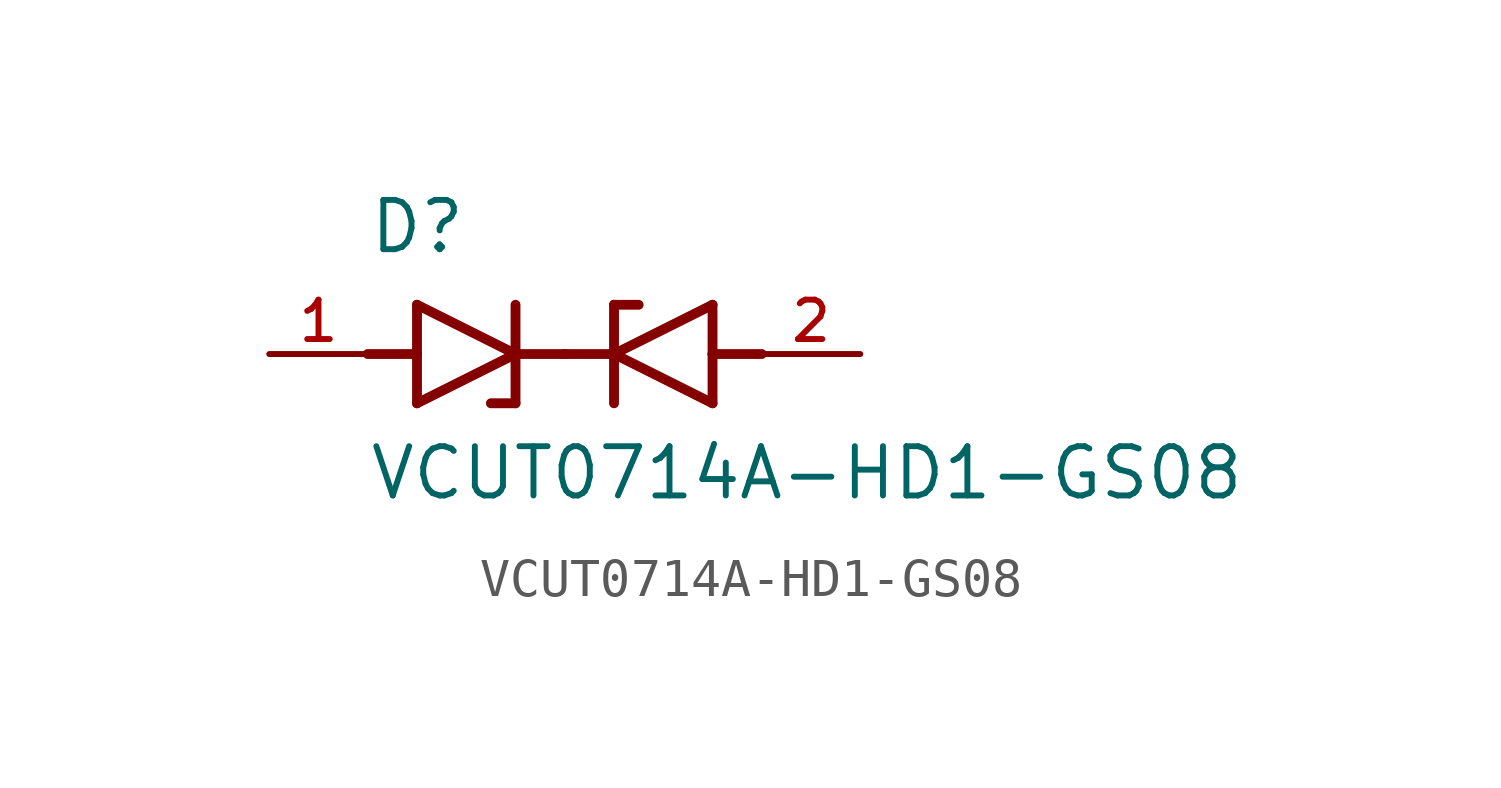
<source format=kicad_sym>
(kicad_symbol_lib
  (version 20211014)
  (generator kicad_symbol_editor)
  (symbol "VCUT0714A-HD1-GS08"
    (pin_names
      (offset 1.016))
    (property "Reference" "D"
      (at -5.08 2.54 0)
      (effects (font (size 1.27 1.27)) (justify bottom left)))
    (property "Value" "VCUT0714A-HD1-GS08"
      (at -5.08 -3.81 0)
      (effects (font (size 1.27 1.27)) (justify bottom left)))
    (symbol "VCUT0714A-HD1-GS08_0_0"
      (polyline (pts (xy -3.81 -1.27) (xy -1.27 0.0)) (stroke (width 0.254)))
      (polyline (pts (xy -1.27 0.0) (xy -3.81 1.27)) (stroke (width 0.254)))
      (polyline (pts (xy -1.27 1.27) (xy -1.27 0.0)) (stroke (width 0.254)))
      (polyline (pts (xy -3.81 1.27) (xy -3.81 0.0)) (stroke (width 0.254)))
      (polyline (pts (xy -3.81 0.0) (xy -3.81 -1.27)) (stroke (width 0.254)))
      (polyline (pts (xy -1.27 0.0) (xy -1.27 -1.27)) (stroke (width 0.254)))
      (polyline (pts (xy -1.27 -1.27) (xy -1.905 -1.27)) (stroke (width 0.254)))
      (polyline (pts (xy -5.08 0.0) (xy -3.81 0.0)) (stroke (width 0.254)))
      (polyline (pts (xy 0.0 0.0) (xy -1.27 0.0)) (stroke (width 0.254)))
      (polyline (pts (xy 3.81 1.27) (xy 1.27 0.0)) (stroke (width 0.254)))
      (polyline (pts (xy 1.27 0.0) (xy 3.81 -1.27)) (stroke (width 0.254)))
      (polyline (pts (xy 1.27 -1.27) (xy 1.27 0.0)) (stroke (width 0.254)))
      (polyline (pts (xy 3.81 -1.27) (xy 3.81 0.0)) (stroke (width 0.254)))
      (polyline (pts (xy 3.81 0.0) (xy 3.81 1.27)) (stroke (width 0.254)))
      (polyline (pts (xy 1.27 0.0) (xy 1.27 1.27)) (stroke (width 0.254)))
      (polyline (pts (xy 1.27 1.27) (xy 1.905 1.27)) (stroke (width 0.254)))
      (polyline (pts (xy 5.08 0.0) (xy 3.81 0.0)) (stroke (width 0.254)))
      (polyline (pts (xy 0.0 0.0) (xy 1.27 0.0)) (stroke (width 0.254)))
      (pin passive line (at 7.62 0.0 180.0) (length 2.54) (name "~" (effects (font (size 1.016 1.016)))) (number "2" (effects (font (size 1.016 1.016)))))
      (pin passive line (at -7.62 0.0 0) (length 2.54) (name "~" (effects (font (size 1.016 1.016)))) (number "1" (effects (font (size 1.016 1.016))))))))
</source>
